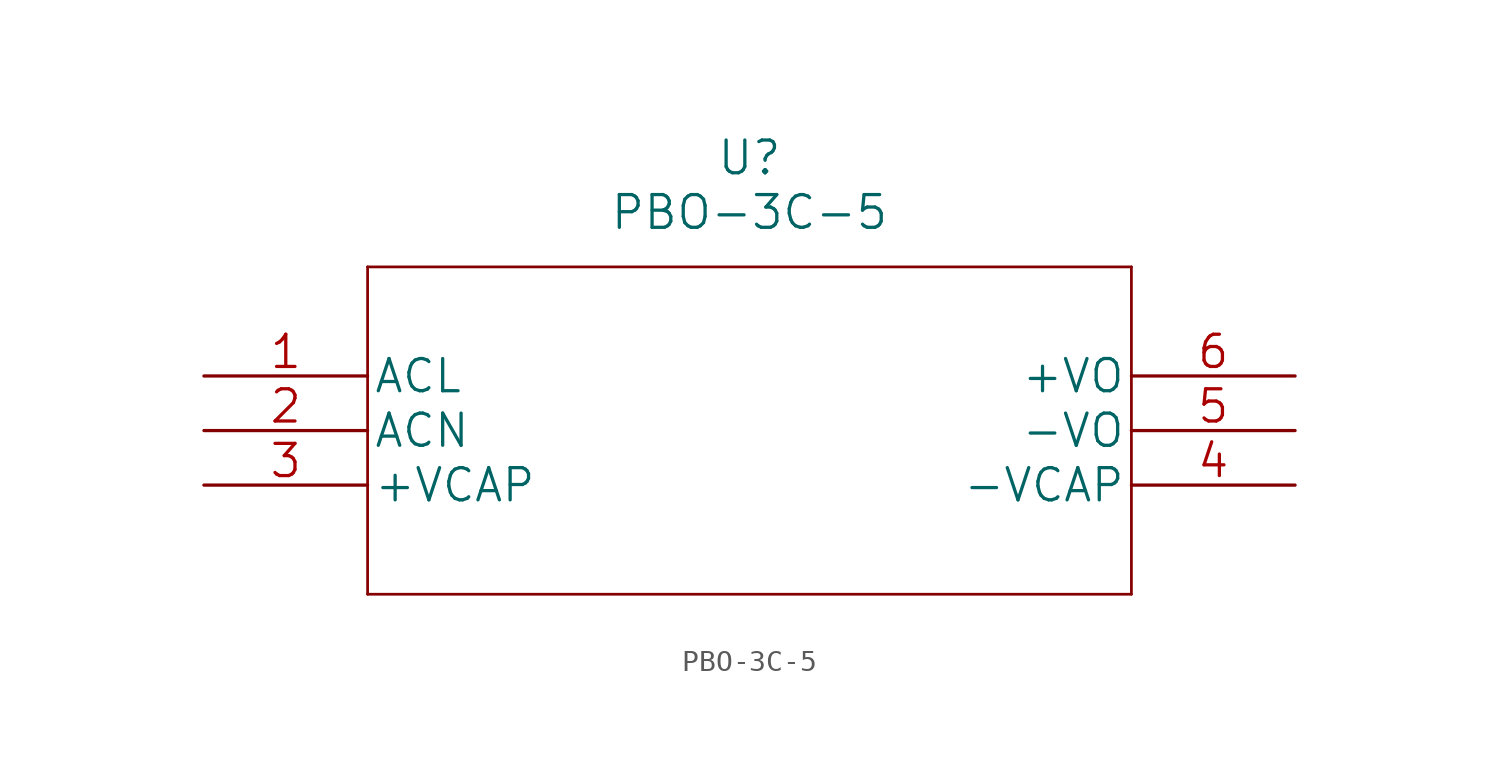
<source format=kicad_sym>
(kicad_symbol_lib
  (version 20211014)
  (generator kicad_symbol_editor)
  (symbol "PBO-3C-5"
    (pin_names
      (offset 0.254))
    (property "Reference" "U"
      (at 25.4 10.16 0)
      (effects (font (size 1.524 1.524))))
    (property "Value" "PBO-3C-5"
      (at 25.4 7.62 0)
      (effects (font (size 1.524 1.524))))
    (property "Datasheet" ""
      (at 0 0 0)
      (effects (font (size 1.524 1.524))))
    (property "ki_locked" ""
      (at 0 0 0)
      (effects (font (size 1.27 1.27))))
    (symbol "PBO-3C-5_1_1"
      (polyline (pts (xy 7.62 -10.16) (xy 43.18 -10.16)) (stroke (width 0.127) (type default) (color 0 0 0 0)) (fill (type none)))
      (polyline (pts (xy 7.62 5.08) (xy 7.62 -10.16)) (stroke (width 0.127) (type default) (color 0 0 0 0)) (fill (type none)))
      (polyline (pts (xy 43.18 -10.16) (xy 43.18 5.08)) (stroke (width 0.127) (type default) (color 0 0 0 0)) (fill (type none)))
      (polyline (pts (xy 43.18 5.08) (xy 7.62 5.08)) (stroke (width 0.127) (type default) (color 0 0 0 0)) (fill (type none)))
      (pin unspecified line (at 0 0 0) (length 7.62) (name "ACL" (effects (font (size 1.499 1.499)))) (number "1" (effects (font (size 1.499 1.499)))))
      (pin unspecified line (at 0 -2.54 0) (length 7.62) (name "ACN" (effects (font (size 1.499 1.499)))) (number "2" (effects (font (size 1.499 1.499)))))
      (pin power_in line (at 0 -5.08 0) (length 7.62) (name "+VCAP" (effects (font (size 1.499 1.499)))) (number "3" (effects (font (size 1.499 1.499)))))
      (pin power_in line (at 50.8 -5.08 180) (length 7.62) (name "-VCAP" (effects (font (size 1.499 1.499)))) (number "4" (effects (font (size 1.499 1.499)))))
      (pin power_in line (at 50.8 -2.54 180) (length 7.62) (name "-VO" (effects (font (size 1.499 1.499)))) (number "5" (effects (font (size 1.499 1.499)))))
      (pin power_in line (at 50.8 0 180) (length 7.62) (name "+VO" (effects (font (size 1.499 1.499)))) (number "6" (effects (font (size 1.499 1.499))))))))
</source>
